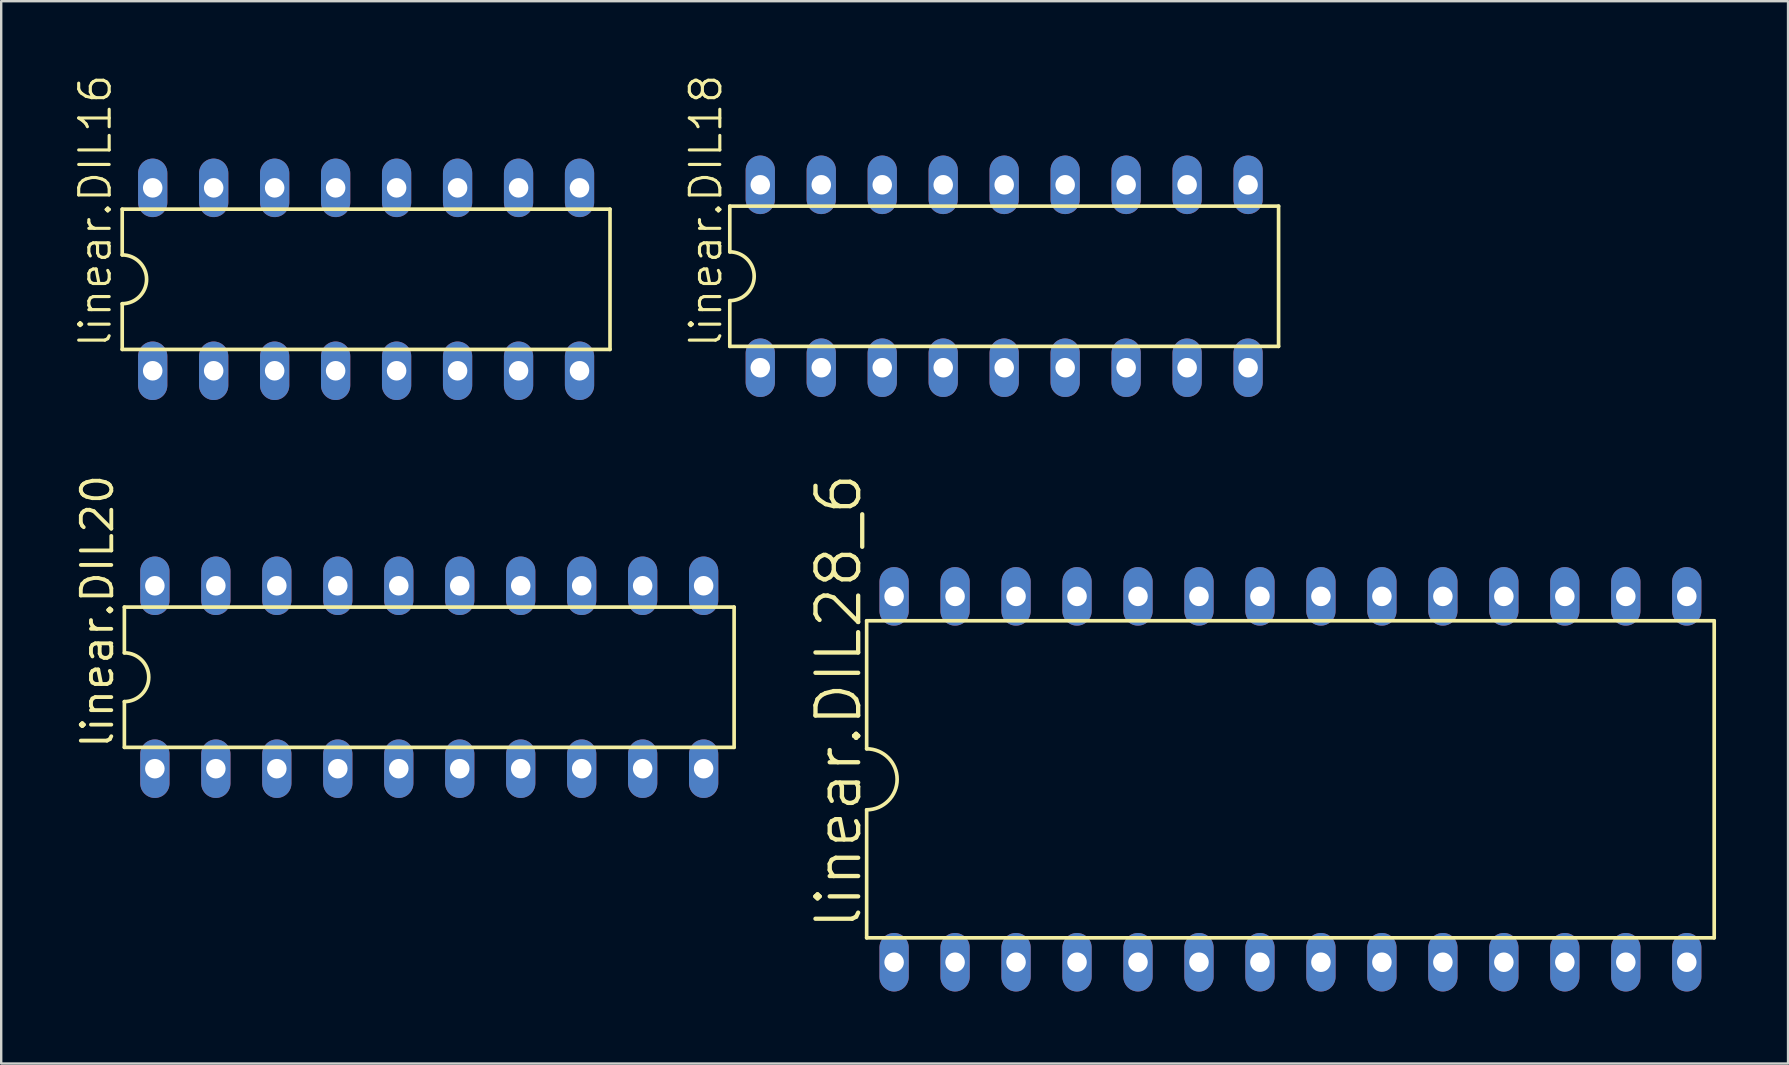
<source format=kicad_pcb>
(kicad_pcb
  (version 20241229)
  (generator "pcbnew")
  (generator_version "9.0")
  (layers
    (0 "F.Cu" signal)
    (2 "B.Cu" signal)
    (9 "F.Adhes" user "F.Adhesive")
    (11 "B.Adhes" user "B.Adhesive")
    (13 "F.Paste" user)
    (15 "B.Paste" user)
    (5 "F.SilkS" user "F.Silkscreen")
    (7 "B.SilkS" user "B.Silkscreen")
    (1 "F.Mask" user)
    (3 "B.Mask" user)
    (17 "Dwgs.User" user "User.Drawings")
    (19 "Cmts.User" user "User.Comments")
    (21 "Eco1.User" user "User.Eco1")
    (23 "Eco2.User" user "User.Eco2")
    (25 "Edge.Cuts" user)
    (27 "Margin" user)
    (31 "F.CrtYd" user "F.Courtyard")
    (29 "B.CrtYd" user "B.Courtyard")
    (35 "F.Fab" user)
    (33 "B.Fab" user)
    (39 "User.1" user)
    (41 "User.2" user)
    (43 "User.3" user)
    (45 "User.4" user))
  (footprint "linear.DIL18"
    (layer "F.Cu")
    (at 38.781 8.458)
    (property "Reference" "linear.DIL18" (at -11.684 3.048 90) (layer "F.SilkS") (effects (font (size 1.27 1.27) (thickness 0.13)) (justify left bottom)))
    (attr through_hole)
    (fp_line (start -11.43 -2.921) (end -11.43 -1.016) (stroke (width 0.152) (type default)) (layer "F.SilkS"))
    (fp_line (start -11.43 2.921) (end -11.43 1.016) (stroke (width 0.152) (type default)) (layer "F.SilkS"))
    (fp_line (start -11.43 2.921) (end 11.43 2.921) (stroke (width 0.152) (type default)) (layer "F.SilkS"))
    (fp_line (start 11.43 -2.921) (end -11.43 -2.921) (stroke (width 0.152) (type default)) (layer "F.SilkS"))
    (fp_line (start 11.43 -2.921) (end 11.43 2.921) (stroke (width 0.152) (type default)) (layer "F.SilkS"))
    (fp_arc (start -11.43 -1.016) (mid -10.414 0) (end -11.43 1.016) (stroke (width 0.1524) (type default)) (layer "F.SilkS"))
    (pad "1" thru_hole oval (at -10.16 3.81 90) (size 2.438 1.219) (drill 0.813) (layers "*.Cu" "*.Mask"))
    (pad "2" thru_hole oval (at -7.62 3.81 90) (size 2.438 1.219) (drill 0.813) (layers "*.Cu" "*.Mask"))
    (pad "3" thru_hole oval (at -5.08 3.81 90) (size 2.438 1.219) (drill 0.813) (layers "*.Cu" "*.Mask"))
    (pad "4" thru_hole oval (at -2.54 3.81 90) (size 2.438 1.219) (drill 0.813) (layers "*.Cu" "*.Mask"))
    (pad "5" thru_hole oval (at 0 3.81 90) (size 2.438 1.219) (drill 0.813) (layers "*.Cu" "*.Mask"))
    (pad "6" thru_hole oval (at 2.54 3.81 90) (size 2.438 1.219) (drill 0.813) (layers "*.Cu" "*.Mask"))
    (pad "7" thru_hole oval (at 5.08 3.81 90) (size 2.438 1.219) (drill 0.813) (layers "*.Cu" "*.Mask"))
    (pad "8" thru_hole oval (at 7.62 3.81 90) (size 2.438 1.219) (drill 0.813) (layers "*.Cu" "*.Mask"))
    (pad "9" thru_hole oval (at 10.16 3.81 90) (size 2.438 1.219) (drill 0.813) (layers "*.Cu" "*.Mask"))
    (pad "10" thru_hole oval (at 10.16 -3.81 90) (size 2.438 1.219) (drill 0.813) (layers "*.Cu" "*.Mask"))
    (pad "11" thru_hole oval (at 7.62 -3.81 90) (size 2.438 1.219) (drill 0.813) (layers "*.Cu" "*.Mask"))
    (pad "12" thru_hole oval (at 5.08 -3.81 90) (size 2.438 1.219) (drill 0.813) (layers "*.Cu" "*.Mask"))
    (pad "13" thru_hole oval (at 2.54 -3.81 90) (size 2.438 1.219) (drill 0.813) (layers "*.Cu" "*.Mask"))
    (pad "14" thru_hole oval (at 0 -3.81 90) (size 2.438 1.219) (drill 0.813) (layers "*.Cu" "*.Mask"))
    (pad "15" thru_hole oval (at -2.54 -3.81 90) (size 2.438 1.219) (drill 0.813) (layers "*.Cu" "*.Mask"))
    (pad "16" thru_hole oval (at -5.08 -3.81 90) (size 2.438 1.219) (drill 0.813) (layers "*.Cu" "*.Mask"))
    (pad "17" thru_hole oval (at -7.62 -3.81 90) (size 2.438 1.219) (drill 0.813) (layers "*.Cu" "*.Mask"))
    (pad "18" thru_hole oval (at -10.16 -3.81 90) (size 2.438 1.219) (drill 0.813) (layers "*.Cu" "*.Mask")))
  (footprint "linear.DIL20"
    (layer "F.Cu")
    (at 14.831 25.161)
    (property "Reference" "linear.DIL20" (at -13.081 3.048 90) (layer "F.SilkS") (effects (font (size 1.27 1.27) (thickness 0.16)) (justify left bottom)))
    (attr through_hole)
    (fp_line (start -12.7 -2.921) (end -12.7 -1.016) (stroke (width 0.152) (type default)) (layer "F.SilkS"))
    (fp_line (start -12.7 2.921) (end -12.7 1.016) (stroke (width 0.152) (type default)) (layer "F.SilkS"))
    (fp_line (start -12.7 2.921) (end 12.7 2.921) (stroke (width 0.152) (type default)) (layer "F.SilkS"))
    (fp_line (start 12.7 -2.921) (end -12.7 -2.921) (stroke (width 0.152) (type default)) (layer "F.SilkS"))
    (fp_line (start 12.7 -2.921) (end 12.7 2.921) (stroke (width 0.152) (type default)) (layer "F.SilkS"))
    (fp_arc (start -12.7 -1.016) (mid -11.684 0) (end -12.7 1.016) (stroke (width 0.1524) (type default)) (layer "F.SilkS"))
    (pad "1" thru_hole oval (at -11.43 3.81 90) (size 2.438 1.219) (drill 0.813) (layers "*.Cu" "*.Mask"))
    (pad "2" thru_hole oval (at -8.89 3.81 90) (size 2.438 1.219) (drill 0.813) (layers "*.Cu" "*.Mask"))
    (pad "3" thru_hole oval (at -6.35 3.81 90) (size 2.438 1.219) (drill 0.813) (layers "*.Cu" "*.Mask"))
    (pad "4" thru_hole oval (at -3.81 3.81 90) (size 2.438 1.219) (drill 0.813) (layers "*.Cu" "*.Mask"))
    (pad "5" thru_hole oval (at -1.27 3.81 90) (size 2.438 1.219) (drill 0.813) (layers "*.Cu" "*.Mask"))
    (pad "6" thru_hole oval (at 1.27 3.81 90) (size 2.438 1.219) (drill 0.813) (layers "*.Cu" "*.Mask"))
    (pad "7" thru_hole oval (at 3.81 3.81 90) (size 2.438 1.219) (drill 0.813) (layers "*.Cu" "*.Mask"))
    (pad "8" thru_hole oval (at 6.35 3.81 90) (size 2.438 1.219) (drill 0.813) (layers "*.Cu" "*.Mask"))
    (pad "9" thru_hole oval (at 8.89 3.81 90) (size 2.438 1.219) (drill 0.813) (layers "*.Cu" "*.Mask"))
    (pad "10" thru_hole oval (at 11.43 3.81 90) (size 2.438 1.219) (drill 0.813) (layers "*.Cu" "*.Mask"))
    (pad "11" thru_hole oval (at 11.43 -3.81 90) (size 2.438 1.219) (drill 0.813) (layers "*.Cu" "*.Mask"))
    (pad "12" thru_hole oval (at 8.89 -3.81 90) (size 2.438 1.219) (drill 0.813) (layers "*.Cu" "*.Mask"))
    (pad "13" thru_hole oval (at 6.35 -3.81 90) (size 2.438 1.219) (drill 0.813) (layers "*.Cu" "*.Mask"))
    (pad "14" thru_hole oval (at 3.81 -3.81 90) (size 2.438 1.219) (drill 0.813) (layers "*.Cu" "*.Mask"))
    (pad "15" thru_hole oval (at 1.27 -3.81 90) (size 2.438 1.219) (drill 0.813) (layers "*.Cu" "*.Mask"))
    (pad "16" thru_hole oval (at -1.27 -3.81 90) (size 2.438 1.219) (drill 0.813) (layers "*.Cu" "*.Mask"))
    (pad "17" thru_hole oval (at -3.81 -3.81 90) (size 2.438 1.219) (drill 0.813) (layers "*.Cu" "*.Mask"))
    (pad "18" thru_hole oval (at -6.35 -3.81 90) (size 2.438 1.219) (drill 0.813) (layers "*.Cu" "*.Mask"))
    (pad "19" thru_hole oval (at -8.89 -3.81 90) (size 2.438 1.219) (drill 0.813) (layers "*.Cu" "*.Mask"))
    (pad "20" thru_hole oval (at -11.43 -3.81 90) (size 2.438 1.219) (drill 0.813) (layers "*.Cu" "*.Mask")))
  (footprint "linear.DIL28_6"
    (layer "F.Cu")
    (at 50.705 29.413)
    (property "Reference" "linear.DIL28_6" (at -17.78 6.35 90) (layer "F.SilkS") (effects (font (size 1.778 1.778) (thickness 0.18)) (justify left bottom)))
    (attr through_hole)
    (fp_line (start -17.653 -6.604) (end -17.653 -1.27) (stroke (width 0.152) (type default)) (layer "F.SilkS"))
    (fp_line (start -17.653 -6.604) (end 17.653 -6.604) (stroke (width 0.152) (type default)) (layer "F.SilkS"))
    (fp_line (start -17.653 1.27) (end -17.653 6.604) (stroke (width 0.152) (type default)) (layer "F.SilkS"))
    (fp_line (start -17.653 6.604) (end 17.653 6.604) (stroke (width 0.152) (type default)) (layer "F.SilkS"))
    (fp_line (start 17.653 6.604) (end 17.653 -6.604) (stroke (width 0.152) (type default)) (layer "F.SilkS"))
    (fp_arc (start -17.653 -1.27) (mid -16.383 0) (end -17.653 1.27) (stroke (width 0.1524) (type default)) (layer "F.SilkS"))
    (pad "1" thru_hole oval (at -16.51 7.62 90) (size 2.438 1.219) (drill 0.813) (layers "*.Cu" "*.Mask"))
    (pad "2" thru_hole oval (at -13.97 7.62 90) (size 2.438 1.219) (drill 0.813) (layers "*.Cu" "*.Mask"))
    (pad "3" thru_hole oval (at -11.43 7.62 90) (size 2.438 1.219) (drill 0.813) (layers "*.Cu" "*.Mask"))
    (pad "4" thru_hole oval (at -8.89 7.62 90) (size 2.438 1.219) (drill 0.813) (layers "*.Cu" "*.Mask"))
    (pad "5" thru_hole oval (at -6.35 7.62 90) (size 2.438 1.219) (drill 0.813) (layers "*.Cu" "*.Mask"))
    (pad "6" thru_hole oval (at -3.81 7.62 90) (size 2.438 1.219) (drill 0.813) (layers "*.Cu" "*.Mask"))
    (pad "7" thru_hole oval (at -1.27 7.62 90) (size 2.438 1.219) (drill 0.813) (layers "*.Cu" "*.Mask"))
    (pad "8" thru_hole oval (at 1.27 7.62 90) (size 2.438 1.219) (drill 0.813) (layers "*.Cu" "*.Mask"))
    (pad "9" thru_hole oval (at 3.81 7.62 90) (size 2.438 1.219) (drill 0.813) (layers "*.Cu" "*.Mask"))
    (pad "10" thru_hole oval (at 6.35 7.62 90) (size 2.438 1.219) (drill 0.813) (layers "*.Cu" "*.Mask"))
    (pad "11" thru_hole oval (at 8.89 7.62 90) (size 2.438 1.219) (drill 0.813) (layers "*.Cu" "*.Mask"))
    (pad "12" thru_hole oval (at 11.43 7.62 90) (size 2.438 1.219) (drill 0.813) (layers "*.Cu" "*.Mask"))
    (pad "13" thru_hole oval (at 13.97 7.62 90) (size 2.438 1.219) (drill 0.813) (layers "*.Cu" "*.Mask"))
    (pad "14" thru_hole oval (at 16.51 7.62 90) (size 2.438 1.219) (drill 0.813) (layers "*.Cu" "*.Mask"))
    (pad "15" thru_hole oval (at 16.51 -7.62 90) (size 2.438 1.219) (drill 0.813) (layers "*.Cu" "*.Mask"))
    (pad "16" thru_hole oval (at 13.97 -7.62 90) (size 2.438 1.219) (drill 0.813) (layers "*.Cu" "*.Mask"))
    (pad "17" thru_hole oval (at 11.43 -7.62 90) (size 2.438 1.219) (drill 0.813) (layers "*.Cu" "*.Mask"))
    (pad "18" thru_hole oval (at 8.89 -7.62 90) (size 2.438 1.219) (drill 0.813) (layers "*.Cu" "*.Mask"))
    (pad "19" thru_hole oval (at 6.35 -7.62 90) (size 2.438 1.219) (drill 0.813) (layers "*.Cu" "*.Mask"))
    (pad "20" thru_hole oval (at 3.81 -7.62 90) (size 2.438 1.219) (drill 0.813) (layers "*.Cu" "*.Mask"))
    (pad "21" thru_hole oval (at 1.27 -7.62 90) (size 2.438 1.219) (drill 0.813) (layers "*.Cu" "*.Mask"))
    (pad "22" thru_hole oval (at -1.27 -7.62 90) (size 2.438 1.219) (drill 0.813) (layers "*.Cu" "*.Mask"))
    (pad "23" thru_hole oval (at -3.81 -7.62 90) (size 2.438 1.219) (drill 0.813) (layers "*.Cu" "*.Mask"))
    (pad "24" thru_hole oval (at -6.35 -7.62 90) (size 2.438 1.219) (drill 0.813) (layers "*.Cu" "*.Mask"))
    (pad "25" thru_hole oval (at -8.89 -7.62 90) (size 2.438 1.219) (drill 0.813) (layers "*.Cu" "*.Mask"))
    (pad "26" thru_hole oval (at -11.43 -7.62 90) (size 2.438 1.219) (drill 0.813) (layers "*.Cu" "*.Mask"))
    (pad "27" thru_hole oval (at -13.97 -7.62 90) (size 2.438 1.219) (drill 0.813) (layers "*.Cu" "*.Mask"))
    (pad "28" thru_hole oval (at -16.51 -7.62 90) (size 2.438 1.219) (drill 0.813) (layers "*.Cu" "*.Mask")))
  (footprint "linear.DIL16"
    (layer "F.Cu")
    (at 12.201 8.585)
    (property "Reference" "linear.DIL16" (at -10.541 2.921 90) (layer "F.SilkS") (effects (font (size 1.27 1.27) (thickness 0.13)) (justify left bottom)))
    (attr through_hole)
    (fp_line (start -10.16 -2.921) (end -10.16 -1.016) (stroke (width 0.152) (type default)) (layer "F.SilkS"))
    (fp_line (start -10.16 2.921) (end -10.16 1.016) (stroke (width 0.152) (type default)) (layer "F.SilkS"))
    (fp_line (start -10.16 2.921) (end 10.16 2.921) (stroke (width 0.152) (type default)) (layer "F.SilkS"))
    (fp_line (start 10.16 -2.921) (end -10.16 -2.921) (stroke (width 0.152) (type default)) (layer "F.SilkS"))
    (fp_line (start 10.16 -2.921) (end 10.16 2.921) (stroke (width 0.152) (type default)) (layer "F.SilkS"))
    (fp_arc (start -10.16 -1.016) (mid -9.144 0) (end -10.16 1.016) (stroke (width 0.1524) (type default)) (layer "F.SilkS"))
    (pad "1" thru_hole oval (at -8.89 3.81 90) (size 2.438 1.219) (drill 0.813) (layers "*.Cu" "*.Mask"))
    (pad "2" thru_hole oval (at -6.35 3.81 90) (size 2.438 1.219) (drill 0.813) (layers "*.Cu" "*.Mask"))
    (pad "3" thru_hole oval (at -3.81 3.81 90) (size 2.438 1.219) (drill 0.813) (layers "*.Cu" "*.Mask"))
    (pad "4" thru_hole oval (at -1.27 3.81 90) (size 2.438 1.219) (drill 0.813) (layers "*.Cu" "*.Mask"))
    (pad "5" thru_hole oval (at 1.27 3.81 90) (size 2.438 1.219) (drill 0.813) (layers "*.Cu" "*.Mask"))
    (pad "6" thru_hole oval (at 3.81 3.81 90) (size 2.438 1.219) (drill 0.813) (layers "*.Cu" "*.Mask"))
    (pad "7" thru_hole oval (at 6.35 3.81 90) (size 2.438 1.219) (drill 0.813) (layers "*.Cu" "*.Mask"))
    (pad "8" thru_hole oval (at 8.89 3.81 90) (size 2.438 1.219) (drill 0.813) (layers "*.Cu" "*.Mask"))
    (pad "9" thru_hole oval (at 8.89 -3.81 90) (size 2.438 1.219) (drill 0.813) (layers "*.Cu" "*.Mask"))
    (pad "10" thru_hole oval (at 6.35 -3.81 90) (size 2.438 1.219) (drill 0.813) (layers "*.Cu" "*.Mask"))
    (pad "11" thru_hole oval (at 3.81 -3.81 90) (size 2.438 1.219) (drill 0.813) (layers "*.Cu" "*.Mask"))
    (pad "12" thru_hole oval (at 1.27 -3.81 90) (size 2.438 1.219) (drill 0.813) (layers "*.Cu" "*.Mask"))
    (pad "13" thru_hole oval (at -1.27 -3.81 90) (size 2.438 1.219) (drill 0.813) (layers "*.Cu" "*.Mask"))
    (pad "14" thru_hole oval (at -3.81 -3.81 90) (size 2.438 1.219) (drill 0.813) (layers "*.Cu" "*.Mask"))
    (pad "15" thru_hole oval (at -6.35 -3.81 90) (size 2.438 1.219) (drill 0.813) (layers "*.Cu" "*.Mask"))
    (pad "16" thru_hole oval (at -8.89 -3.81 90) (size 2.438 1.219) (drill 0.813) (layers "*.Cu" "*.Mask")))
  (gr_rect
    (start -3 -3)
    (end 71.434 41.253)
    (stroke (width 0.1) (type default))
    (fill no)
    (layer "Edge.Cuts")))
</source>
